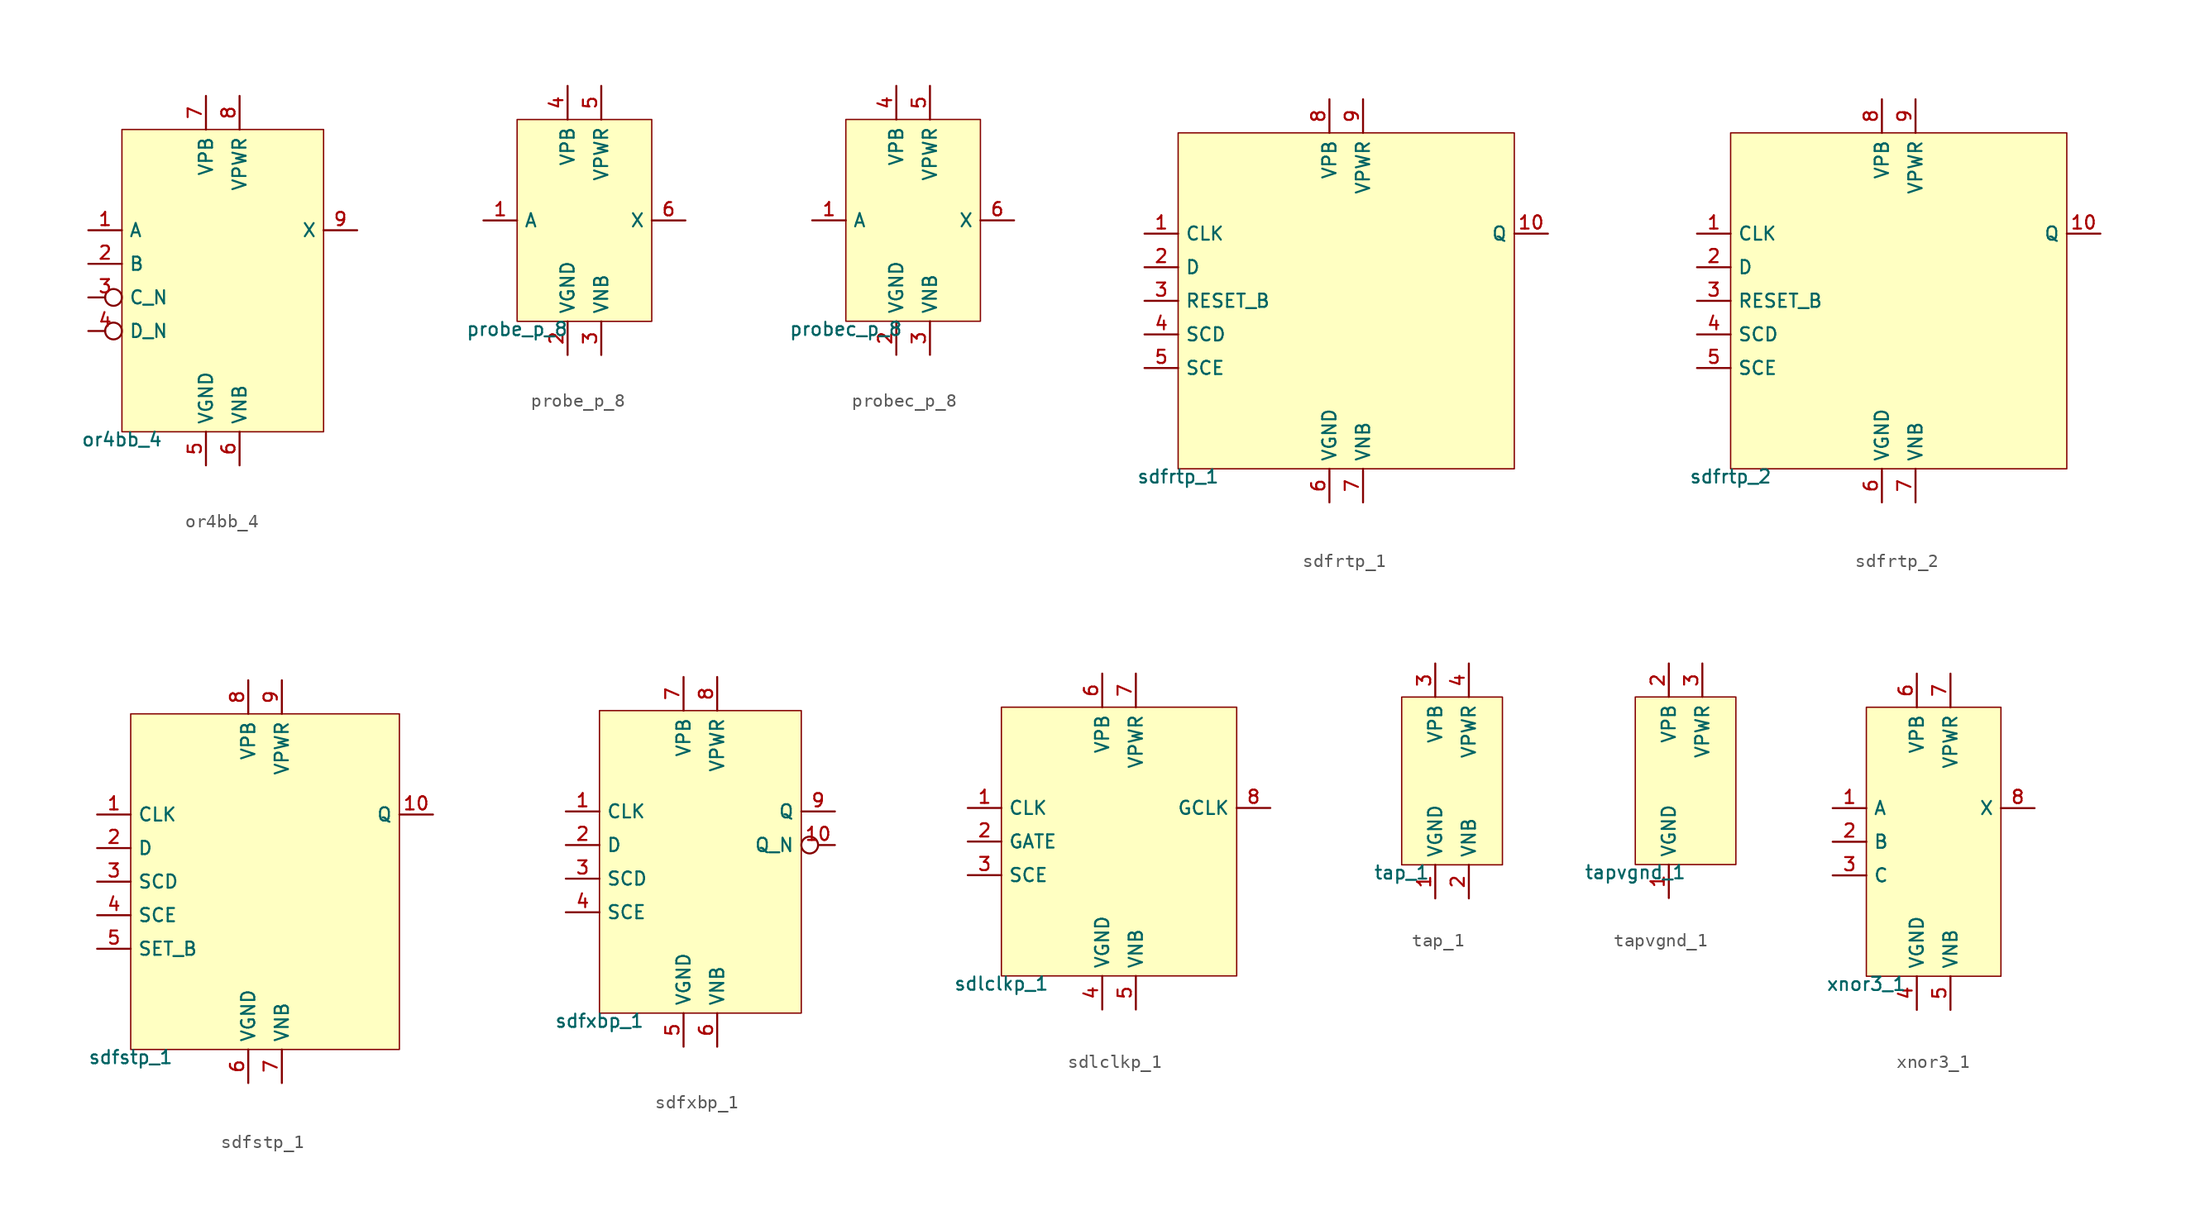
<source format=kicad_sym>
(kicad_symbol_lib
  (version 20211014)
  (generator pdk2kicad)
  (symbol "or4bb_4"
    (property "Reference" "X"
      (at 0 0 0)
      (effects (font (size 1 1)) hide))
    (property "Value" "or4bb_4"
      (at -7.62 -11.43 0)
      (effects (font (size 1 1)) (justify top)))
    (rectangle
      (start -7.62 -11.43)
      (end 7.62 11.43)
      (stroke (width 0.1) (type solid) (color 0 0 0 0))
      (fill (type background)))
    (pin input line
      (at -10.16 3.81 0)
      (length 2.54)
      (name "A" (effects (font (size 1 1)) hide))
      (number "1" (effects (font (size 1 1)) hide)))
    (pin input line
      (at -10.16 1.27 0)
      (length 2.54)
      (name "B" (effects (font (size 1 1)) hide))
      (number "2" (effects (font (size 1 1)) hide)))
    (pin input inverted
      (at -10.16 -1.27 0)
      (length 2.54)
      (name "C_N" (effects (font (size 1 1)) hide))
      (number "3" (effects (font (size 1 1)) hide)))
    (pin input inverted
      (at -10.16 -3.81 0)
      (length 2.54)
      (name "D_N" (effects (font (size 1 1)) hide))
      (number "4" (effects (font (size 1 1)) hide)))
    (pin power_in line
      (at -1.27 -13.97 90)
      (length 2.54)
      (name "VGND" (effects (font (size 1 1)) hide))
      (number "5" (effects (font (size 1 1)) hide)))
    (pin power_in line
      (at 1.27 -13.97 90)
      (length 2.54)
      (name "VNB" (effects (font (size 1 1)) hide))
      (number "6" (effects (font (size 1 1)) hide)))
    (pin power_in line
      (at -1.27 13.97 270)
      (length 2.54)
      (name "VPB" (effects (font (size 1 1)) hide))
      (number "7" (effects (font (size 1 1)) hide)))
    (pin power_in line
      (at 1.27 13.97 270)
      (length 2.54)
      (name "VPWR" (effects (font (size 1 1)) hide))
      (number "8" (effects (font (size 1 1)) hide)))
    (pin output line
      (at 10.16 3.81 180)
      (length 2.54)
      (name "X" (effects (font (size 1 1)) hide))
      (number "9" (effects (font (size 1 1)) hide))))
  (symbol "probe_p_8"
    (property "Reference" "X"
      (at 0 0 0)
      (effects (font (size 1 1)) hide))
    (property "Value" "probe_p_8"
      (at -5.08 -7.62 0)
      (effects (font (size 1 1)) (justify top)))
    (rectangle
      (start -5.08 -7.62)
      (end 5.08 7.62)
      (stroke (width 0.1) (type solid) (color 0 0 0 0))
      (fill (type background)))
    (pin input line
      (at -7.62 0.0 0)
      (length 2.54)
      (name "A" (effects (font (size 1 1)) hide))
      (number "1" (effects (font (size 1 1)) hide)))
    (pin power_in line
      (at -1.27 -10.16 90)
      (length 2.54)
      (name "VGND" (effects (font (size 1 1)) hide))
      (number "2" (effects (font (size 1 1)) hide)))
    (pin power_in line
      (at 1.27 -10.16 90)
      (length 2.54)
      (name "VNB" (effects (font (size 1 1)) hide))
      (number "3" (effects (font (size 1 1)) hide)))
    (pin power_in line
      (at -1.27 10.16 270)
      (length 2.54)
      (name "VPB" (effects (font (size 1 1)) hide))
      (number "4" (effects (font (size 1 1)) hide)))
    (pin power_in line
      (at 1.27 10.16 270)
      (length 2.54)
      (name "VPWR" (effects (font (size 1 1)) hide))
      (number "5" (effects (font (size 1 1)) hide)))
    (pin output line
      (at 7.62 0.0 180)
      (length 2.54)
      (name "X" (effects (font (size 1 1)) hide))
      (number "6" (effects (font (size 1 1)) hide))))
  (symbol "probec_p_8"
    (property "Reference" "X"
      (at 0 0 0)
      (effects (font (size 1 1)) hide))
    (property "Value" "probec_p_8"
      (at -5.08 -7.62 0)
      (effects (font (size 1 1)) (justify top)))
    (rectangle
      (start -5.08 -7.62)
      (end 5.08 7.62)
      (stroke (width 0.1) (type solid) (color 0 0 0 0))
      (fill (type background)))
    (pin input line
      (at -7.62 0.0 0)
      (length 2.54)
      (name "A" (effects (font (size 1 1)) hide))
      (number "1" (effects (font (size 1 1)) hide)))
    (pin power_in line
      (at -1.27 -10.16 90)
      (length 2.54)
      (name "VGND" (effects (font (size 1 1)) hide))
      (number "2" (effects (font (size 1 1)) hide)))
    (pin power_in line
      (at 1.27 -10.16 90)
      (length 2.54)
      (name "VNB" (effects (font (size 1 1)) hide))
      (number "3" (effects (font (size 1 1)) hide)))
    (pin power_in line
      (at -1.27 10.16 270)
      (length 2.54)
      (name "VPB" (effects (font (size 1 1)) hide))
      (number "4" (effects (font (size 1 1)) hide)))
    (pin power_in line
      (at 1.27 10.16 270)
      (length 2.54)
      (name "VPWR" (effects (font (size 1 1)) hide))
      (number "5" (effects (font (size 1 1)) hide)))
    (pin output line
      (at 7.62 0.0 180)
      (length 2.54)
      (name "X" (effects (font (size 1 1)) hide))
      (number "6" (effects (font (size 1 1)) hide))))
  (symbol "sdfrtp_1"
    (property "Reference" "X"
      (at 0 0 0)
      (effects (font (size 1 1)) hide))
    (property "Value" "sdfrtp_1"
      (at -12.7 -12.7 0)
      (effects (font (size 1 1)) (justify top)))
    (rectangle
      (start -12.7 -12.7)
      (end 12.7 12.7)
      (stroke (width 0.1) (type solid) (color 0 0 0 0))
      (fill (type background)))
    (pin input line
      (at -15.24 5.08 0)
      (length 2.54)
      (name "CLK" (effects (font (size 1 1)) hide))
      (number "1" (effects (font (size 1 1)) hide)))
    (pin input line
      (at -15.24 2.54 0)
      (length 2.54)
      (name "D" (effects (font (size 1 1)) hide))
      (number "2" (effects (font (size 1 1)) hide)))
    (pin input line
      (at -15.24 -8.881784197001252e-16 0)
      (length 2.54)
      (name "RESET_B" (effects (font (size 1 1)) hide))
      (number "3" (effects (font (size 1 1)) hide)))
    (pin input line
      (at -15.24 -2.54 0)
      (length 2.54)
      (name "SCD" (effects (font (size 1 1)) hide))
      (number "4" (effects (font (size 1 1)) hide)))
    (pin input line
      (at -15.24 -5.08 0)
      (length 2.54)
      (name "SCE" (effects (font (size 1 1)) hide))
      (number "5" (effects (font (size 1 1)) hide)))
    (pin power_in line
      (at -1.27 -15.24 90)
      (length 2.54)
      (name "VGND" (effects (font (size 1 1)) hide))
      (number "6" (effects (font (size 1 1)) hide)))
    (pin power_in line
      (at 1.27 -15.24 90)
      (length 2.54)
      (name "VNB" (effects (font (size 1 1)) hide))
      (number "7" (effects (font (size 1 1)) hide)))
    (pin power_in line
      (at -1.27 15.24 270)
      (length 2.54)
      (name "VPB" (effects (font (size 1 1)) hide))
      (number "8" (effects (font (size 1 1)) hide)))
    (pin power_in line
      (at 1.27 15.24 270)
      (length 2.54)
      (name "VPWR" (effects (font (size 1 1)) hide))
      (number "9" (effects (font (size 1 1)) hide)))
    (pin output line
      (at 15.24 5.08 180)
      (length 2.54)
      (name "Q" (effects (font (size 1 1)) hide))
      (number "10" (effects (font (size 1 1)) hide))))
  (symbol "sdfrtp_2"
    (property "Reference" "X"
      (at 0 0 0)
      (effects (font (size 1 1)) hide))
    (property "Value" "sdfrtp_2"
      (at -12.7 -12.7 0)
      (effects (font (size 1 1)) (justify top)))
    (rectangle
      (start -12.7 -12.7)
      (end 12.7 12.7)
      (stroke (width 0.1) (type solid) (color 0 0 0 0))
      (fill (type background)))
    (pin input line
      (at -15.24 5.08 0)
      (length 2.54)
      (name "CLK" (effects (font (size 1 1)) hide))
      (number "1" (effects (font (size 1 1)) hide)))
    (pin input line
      (at -15.24 2.54 0)
      (length 2.54)
      (name "D" (effects (font (size 1 1)) hide))
      (number "2" (effects (font (size 1 1)) hide)))
    (pin input line
      (at -15.24 -8.881784197001252e-16 0)
      (length 2.54)
      (name "RESET_B" (effects (font (size 1 1)) hide))
      (number "3" (effects (font (size 1 1)) hide)))
    (pin input line
      (at -15.24 -2.54 0)
      (length 2.54)
      (name "SCD" (effects (font (size 1 1)) hide))
      (number "4" (effects (font (size 1 1)) hide)))
    (pin input line
      (at -15.24 -5.08 0)
      (length 2.54)
      (name "SCE" (effects (font (size 1 1)) hide))
      (number "5" (effects (font (size 1 1)) hide)))
    (pin power_in line
      (at -1.27 -15.24 90)
      (length 2.54)
      (name "VGND" (effects (font (size 1 1)) hide))
      (number "6" (effects (font (size 1 1)) hide)))
    (pin power_in line
      (at 1.27 -15.24 90)
      (length 2.54)
      (name "VNB" (effects (font (size 1 1)) hide))
      (number "7" (effects (font (size 1 1)) hide)))
    (pin power_in line
      (at -1.27 15.24 270)
      (length 2.54)
      (name "VPB" (effects (font (size 1 1)) hide))
      (number "8" (effects (font (size 1 1)) hide)))
    (pin power_in line
      (at 1.27 15.24 270)
      (length 2.54)
      (name "VPWR" (effects (font (size 1 1)) hide))
      (number "9" (effects (font (size 1 1)) hide)))
    (pin output line
      (at 15.24 5.08 180)
      (length 2.54)
      (name "Q" (effects (font (size 1 1)) hide))
      (number "10" (effects (font (size 1 1)) hide))))
  (symbol "sdfstp_1"
    (property "Reference" "X"
      (at 0 0 0)
      (effects (font (size 1 1)) hide))
    (property "Value" "sdfstp_1"
      (at -10.16 -12.7 0)
      (effects (font (size 1 1)) (justify top)))
    (rectangle
      (start -10.16 -12.7)
      (end 10.16 12.7)
      (stroke (width 0.1) (type solid) (color 0 0 0 0))
      (fill (type background)))
    (pin input line
      (at -12.7 5.08 0)
      (length 2.54)
      (name "CLK" (effects (font (size 1 1)) hide))
      (number "1" (effects (font (size 1 1)) hide)))
    (pin input line
      (at -12.7 2.54 0)
      (length 2.54)
      (name "D" (effects (font (size 1 1)) hide))
      (number "2" (effects (font (size 1 1)) hide)))
    (pin input line
      (at -12.7 -8.881784197001252e-16 0)
      (length 2.54)
      (name "SCD" (effects (font (size 1 1)) hide))
      (number "3" (effects (font (size 1 1)) hide)))
    (pin input line
      (at -12.7 -2.54 0)
      (length 2.54)
      (name "SCE" (effects (font (size 1 1)) hide))
      (number "4" (effects (font (size 1 1)) hide)))
    (pin input line
      (at -12.7 -5.08 0)
      (length 2.54)
      (name "SET_B" (effects (font (size 1 1)) hide))
      (number "5" (effects (font (size 1 1)) hide)))
    (pin power_in line
      (at -1.27 -15.24 90)
      (length 2.54)
      (name "VGND" (effects (font (size 1 1)) hide))
      (number "6" (effects (font (size 1 1)) hide)))
    (pin power_in line
      (at 1.27 -15.24 90)
      (length 2.54)
      (name "VNB" (effects (font (size 1 1)) hide))
      (number "7" (effects (font (size 1 1)) hide)))
    (pin power_in line
      (at -1.27 15.24 270)
      (length 2.54)
      (name "VPB" (effects (font (size 1 1)) hide))
      (number "8" (effects (font (size 1 1)) hide)))
    (pin power_in line
      (at 1.27 15.24 270)
      (length 2.54)
      (name "VPWR" (effects (font (size 1 1)) hide))
      (number "9" (effects (font (size 1 1)) hide)))
    (pin output line
      (at 12.7 5.08 180)
      (length 2.54)
      (name "Q" (effects (font (size 1 1)) hide))
      (number "10" (effects (font (size 1 1)) hide))))
  (symbol "sdfxbp_1"
    (property "Reference" "X"
      (at 0 0 0)
      (effects (font (size 1 1)) hide))
    (property "Value" "sdfxbp_1"
      (at -7.62 -11.43 0)
      (effects (font (size 1 1)) (justify top)))
    (rectangle
      (start -7.62 -11.43)
      (end 7.62 11.43)
      (stroke (width 0.1) (type solid) (color 0 0 0 0))
      (fill (type background)))
    (pin input line
      (at -10.16 3.81 0)
      (length 2.54)
      (name "CLK" (effects (font (size 1 1)) hide))
      (number "1" (effects (font (size 1 1)) hide)))
    (pin input line
      (at -10.16 1.27 0)
      (length 2.54)
      (name "D" (effects (font (size 1 1)) hide))
      (number "2" (effects (font (size 1 1)) hide)))
    (pin input line
      (at -10.16 -1.27 0)
      (length 2.54)
      (name "SCD" (effects (font (size 1 1)) hide))
      (number "3" (effects (font (size 1 1)) hide)))
    (pin input line
      (at -10.16 -3.81 0)
      (length 2.54)
      (name "SCE" (effects (font (size 1 1)) hide))
      (number "4" (effects (font (size 1 1)) hide)))
    (pin power_in line
      (at -1.27 -13.97 90)
      (length 2.54)
      (name "VGND" (effects (font (size 1 1)) hide))
      (number "5" (effects (font (size 1 1)) hide)))
    (pin power_in line
      (at 1.27 -13.97 90)
      (length 2.54)
      (name "VNB" (effects (font (size 1 1)) hide))
      (number "6" (effects (font (size 1 1)) hide)))
    (pin power_in line
      (at -1.27 13.97 270)
      (length 2.54)
      (name "VPB" (effects (font (size 1 1)) hide))
      (number "7" (effects (font (size 1 1)) hide)))
    (pin power_in line
      (at 1.27 13.97 270)
      (length 2.54)
      (name "VPWR" (effects (font (size 1 1)) hide))
      (number "8" (effects (font (size 1 1)) hide)))
    (pin output line
      (at 10.16 3.81 180)
      (length 2.54)
      (name "Q" (effects (font (size 1 1)) hide))
      (number "9" (effects (font (size 1 1)) hide)))
    (pin output inverted
      (at 10.16 1.27 180)
      (length 2.54)
      (name "Q_N" (effects (font (size 1 1)) hide))
      (number "10" (effects (font (size 1 1)) hide))))
  (symbol "sdlclkp_1"
    (property "Reference" "X"
      (at 0 0 0)
      (effects (font (size 1 1)) hide))
    (property "Value" "sdlclkp_1"
      (at -8.89 -10.16 0)
      (effects (font (size 1 1)) (justify top)))
    (rectangle
      (start -8.89 -10.16)
      (end 8.89 10.16)
      (stroke (width 0.1) (type solid) (color 0 0 0 0))
      (fill (type background)))
    (pin input line
      (at -11.43 2.54 0)
      (length 2.54)
      (name "CLK" (effects (font (size 1 1)) hide))
      (number "1" (effects (font (size 1 1)) hide)))
    (pin input line
      (at -11.43 0.0 0)
      (length 2.54)
      (name "GATE" (effects (font (size 1 1)) hide))
      (number "2" (effects (font (size 1 1)) hide)))
    (pin input line
      (at -11.43 -2.54 0)
      (length 2.54)
      (name "SCE" (effects (font (size 1 1)) hide))
      (number "3" (effects (font (size 1 1)) hide)))
    (pin power_in line
      (at -1.27 -12.7 90)
      (length 2.54)
      (name "VGND" (effects (font (size 1 1)) hide))
      (number "4" (effects (font (size 1 1)) hide)))
    (pin power_in line
      (at 1.27 -12.7 90)
      (length 2.54)
      (name "VNB" (effects (font (size 1 1)) hide))
      (number "5" (effects (font (size 1 1)) hide)))
    (pin power_in line
      (at -1.27 12.7 270)
      (length 2.54)
      (name "VPB" (effects (font (size 1 1)) hide))
      (number "6" (effects (font (size 1 1)) hide)))
    (pin power_in line
      (at 1.27 12.7 270)
      (length 2.54)
      (name "VPWR" (effects (font (size 1 1)) hide))
      (number "7" (effects (font (size 1 1)) hide)))
    (pin output line
      (at 11.43 2.54 180)
      (length 2.54)
      (name "GCLK" (effects (font (size 1 1)) hide))
      (number "8" (effects (font (size 1 1)) hide))))
  (symbol "tap_1"
    (property "Reference" "X"
      (at 0 0 0)
      (effects (font (size 1 1)) hide))
    (property "Value" "tap_1"
      (at -3.81 -6.35 0)
      (effects (font (size 1 1)) (justify top)))
    (rectangle
      (start -3.81 -6.35)
      (end 3.81 6.35)
      (stroke (width 0.1) (type solid) (color 0 0 0 0))
      (fill (type background)))
    (pin power_in line
      (at -1.27 -8.89 90)
      (length 2.54)
      (name "VGND" (effects (font (size 1 1)) hide))
      (number "1" (effects (font (size 1 1)) hide)))
    (pin power_in line
      (at 1.27 -8.89 90)
      (length 2.54)
      (name "VNB" (effects (font (size 1 1)) hide))
      (number "2" (effects (font (size 1 1)) hide)))
    (pin power_in line
      (at -1.27 8.89 270)
      (length 2.54)
      (name "VPB" (effects (font (size 1 1)) hide))
      (number "3" (effects (font (size 1 1)) hide)))
    (pin power_in line
      (at 1.27 8.89 270)
      (length 2.54)
      (name "VPWR" (effects (font (size 1 1)) hide))
      (number "4" (effects (font (size 1 1)) hide))))
  (symbol "tapvgnd_1"
    (property "Reference" "X"
      (at 0 0 0)
      (effects (font (size 1 1)) hide))
    (property "Value" "tapvgnd_1"
      (at -3.81 -6.35 0)
      (effects (font (size 1 1)) (justify top)))
    (rectangle
      (start -3.81 -6.35)
      (end 3.81 6.35)
      (stroke (width 0.1) (type solid) (color 0 0 0 0))
      (fill (type background)))
    (pin power_in line
      (at -1.27 -8.89 90)
      (length 2.54)
      (name "VGND" (effects (font (size 1 1)) hide))
      (number "1" (effects (font (size 1 1)) hide)))
    (pin power_in line
      (at -1.27 8.89 270)
      (length 2.54)
      (name "VPB" (effects (font (size 1 1)) hide))
      (number "2" (effects (font (size 1 1)) hide)))
    (pin power_in line
      (at 1.27 8.89 270)
      (length 2.54)
      (name "VPWR" (effects (font (size 1 1)) hide))
      (number "3" (effects (font (size 1 1)) hide))))
  (symbol "xnor3_1"
    (property "Reference" "X"
      (at 0 0 0)
      (effects (font (size 1 1)) hide))
    (property "Value" "xnor3_1"
      (at -5.08 -10.16 0)
      (effects (font (size 1 1)) (justify top)))
    (rectangle
      (start -5.08 -10.16)
      (end 5.08 10.16)
      (stroke (width 0.1) (type solid) (color 0 0 0 0))
      (fill (type background)))
    (pin input line
      (at -7.62 2.54 0)
      (length 2.54)
      (name "A" (effects (font (size 1 1)) hide))
      (number "1" (effects (font (size 1 1)) hide)))
    (pin input line
      (at -7.62 0.0 0)
      (length 2.54)
      (name "B" (effects (font (size 1 1)) hide))
      (number "2" (effects (font (size 1 1)) hide)))
    (pin input line
      (at -7.62 -2.54 0)
      (length 2.54)
      (name "C" (effects (font (size 1 1)) hide))
      (number "3" (effects (font (size 1 1)) hide)))
    (pin power_in line
      (at -1.27 -12.7 90)
      (length 2.54)
      (name "VGND" (effects (font (size 1 1)) hide))
      (number "4" (effects (font (size 1 1)) hide)))
    (pin power_in line
      (at 1.27 -12.7 90)
      (length 2.54)
      (name "VNB" (effects (font (size 1 1)) hide))
      (number "5" (effects (font (size 1 1)) hide)))
    (pin power_in line
      (at -1.27 12.7 270)
      (length 2.54)
      (name "VPB" (effects (font (size 1 1)) hide))
      (number "6" (effects (font (size 1 1)) hide)))
    (pin power_in line
      (at 1.27 12.7 270)
      (length 2.54)
      (name "VPWR" (effects (font (size 1 1)) hide))
      (number "7" (effects (font (size 1 1)) hide)))
    (pin output line
      (at 7.62 2.54 180)
      (length 2.54)
      (name "X" (effects (font (size 1 1)) hide))
      (number "8" (effects (font (size 1 1)) hide)))))
</source>
